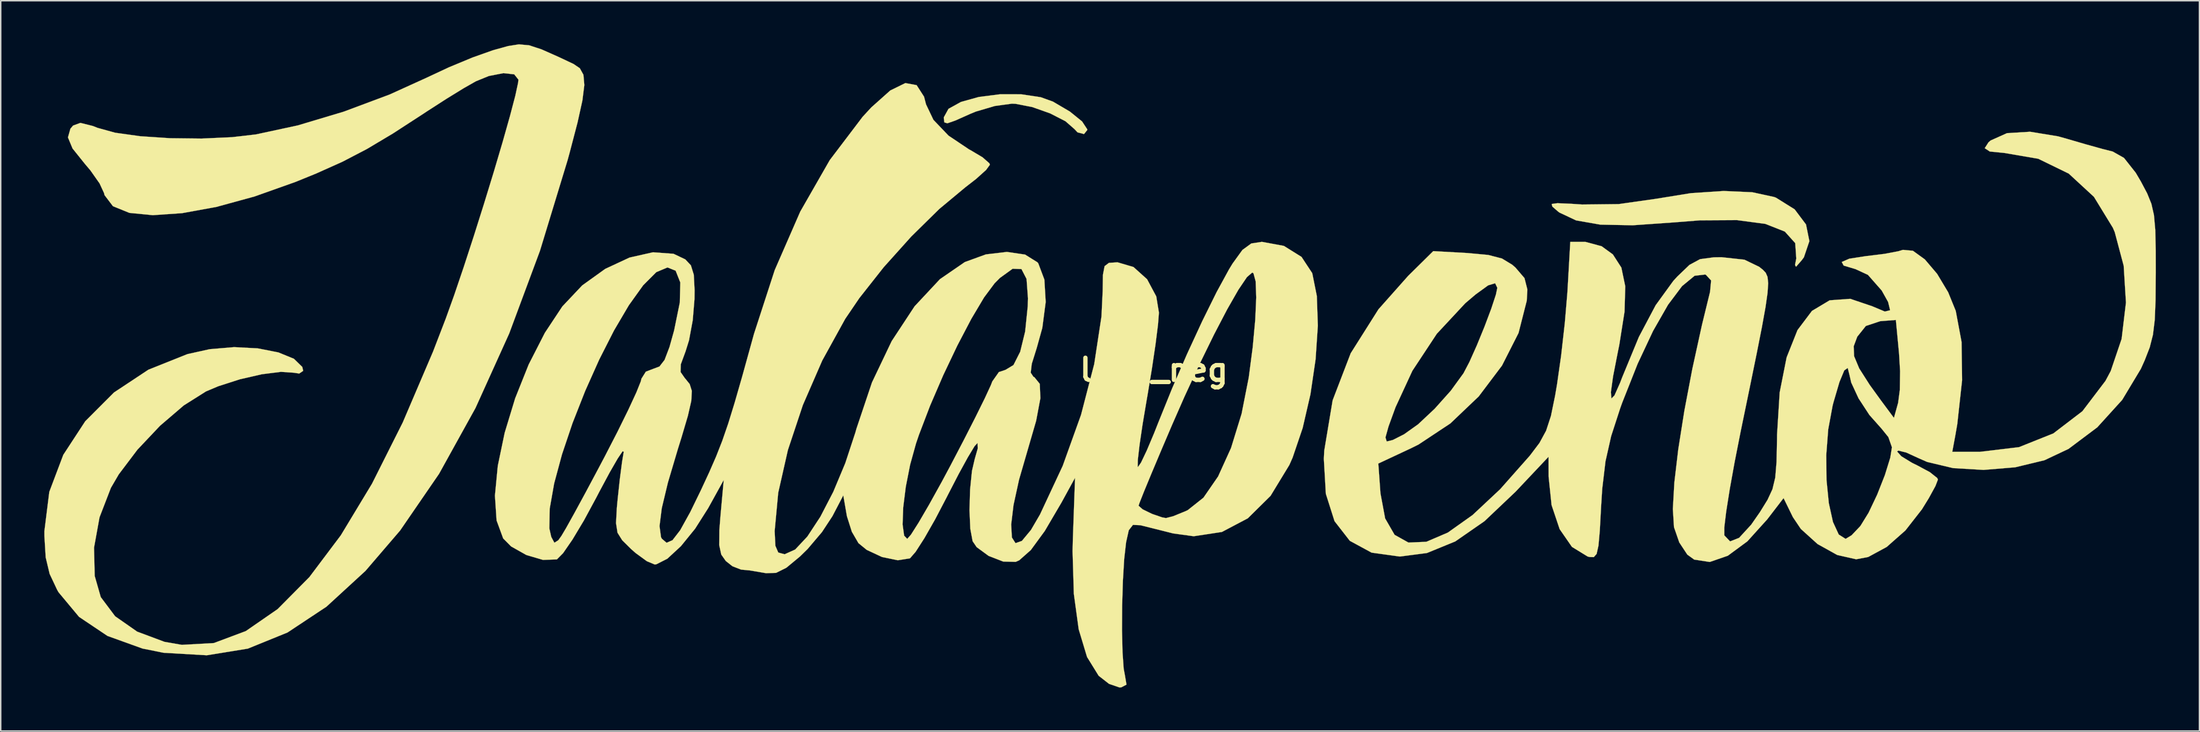
<source format=kicad_pcb>
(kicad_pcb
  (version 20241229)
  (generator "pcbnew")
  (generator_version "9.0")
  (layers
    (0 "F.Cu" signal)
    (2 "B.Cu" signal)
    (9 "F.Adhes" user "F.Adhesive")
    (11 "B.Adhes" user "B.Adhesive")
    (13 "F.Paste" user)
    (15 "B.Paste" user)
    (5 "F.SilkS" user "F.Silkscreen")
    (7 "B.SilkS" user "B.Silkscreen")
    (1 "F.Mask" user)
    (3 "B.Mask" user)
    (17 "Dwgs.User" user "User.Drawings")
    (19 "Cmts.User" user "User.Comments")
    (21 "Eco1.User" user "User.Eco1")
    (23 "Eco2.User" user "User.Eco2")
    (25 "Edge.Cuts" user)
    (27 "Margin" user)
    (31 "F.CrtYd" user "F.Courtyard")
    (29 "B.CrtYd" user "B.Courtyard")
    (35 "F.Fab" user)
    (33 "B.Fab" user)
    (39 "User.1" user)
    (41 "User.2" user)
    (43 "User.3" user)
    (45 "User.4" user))
  (footprint "logo_neg"
    (layer "F.Cu")
    (at 76.38 22.428)
    (property "Reference" "logo_neg" (at 0 0 0) (layer "F.SilkS") (effects (font (size 1.524 1.524) (thickness 0.3))))
    (attr through_hole)
    (fp_poly (pts (xy -7.789 -18.781) (xy -6.95 -18.478) (xy -5.784 -17.792) (xy -4.946 -17.113) (xy -4.589 -16.569) (xy -4.586 -16.526) (xy -4.812 -16.244) (xy -5.257 -16.359) (xy -5.471 -16.586) (xy -6.089 -17.126) (xy -7.143 -17.667) (xy -8.373 -18.103) (xy -9.519 -18.326) (xy -9.776 -18.337) (xy -10.949 -18.178) (xy -12.263 -17.791) (xy -12.65 -17.631) (xy -13.677 -17.173) (xy -14.218 -16.985) (xy -14.428 -17.048) (xy -14.464 -17.341) (xy -14.464 -17.397) (xy -14.141 -17.982) (xy -13.283 -18.457) (xy -12.054 -18.799) (xy -10.619 -18.982) (xy -9.142 -18.984) (xy -7.789 -18.781)) (stroke (width 0.01) (type solid)) (fill yes) (layer "F.SilkS"))
    (fp_poly (pts (xy 41.188 -12.235) (xy 42.692 -11.909) (xy 42.828 -11.855) (xy 44.103 -11.058) (xy 44.886 -10.016) (xy 45.117 -8.868) (xy 44.74 -7.754) (xy 44.6 -7.564) (xy 44.199 -7.103) (xy 44.128 -7.226) (xy 44.215 -7.674) (xy 44.142 -8.731) (xy 43.428 -9.526) (xy 42.087 -10.056) (xy 40.134 -10.315) (xy 37.586 -10.3) (xy 35.807 -10.16) (xy 32.96 -9.96) (xy 30.728 -10.004) (xy 29.059 -10.296) (xy 27.905 -10.84) (xy 27.809 -10.914) (xy 27.424 -11.248) (xy 27.379 -11.428) (xy 27.777 -11.482) (xy 28.721 -11.441) (xy 29.47 -11.391) (xy 31.987 -11.419) (xy 34.572 -11.786) (xy 36.952 -12.172) (xy 39.216 -12.323) (xy 41.188 -12.235)) (stroke (width 0.01) (type solid)) (fill yes) (layer "F.SilkS"))
    (fp_poly (pts (xy -43.009 -22.358) (xy -42.155 -22.078) (xy -40.967 -21.55) (xy -39.952 -21.071) (xy -39.519 -20.778) (xy -39.269 -20.326) (xy -39.208 -19.618) (xy -39.341 -18.555) (xy -39.676 -17.039) (xy -40.217 -14.97) (xy -40.363 -14.436) (xy -42.262 -8.203) (xy -44.38 -2.504) (xy -46.701 2.629) (xy -49.209 7.162) (xy -51.888 11.065) (xy -54.274 13.847) (xy -56.958 16.312) (xy -59.639 18.09) (xy -62.369 19.201) (xy -65.197 19.66) (xy -68.175 19.487) (xy -69.619 19.197) (xy -72.034 18.326) (xy -73.988 17.014) (xy -75.401 15.318) (xy -75.494 15.156) (xy -76.014 14.052) (xy -76.285 12.915) (xy -76.374 11.441) (xy -76.375 11.113) (xy -76.037 8.404) (xy -75.073 5.852) (xy -73.563 3.541) (xy -71.584 1.558) (xy -69.213 -0.013) (xy -66.527 -1.086) (xy -64.994 -1.425) (xy -63.314 -1.567) (xy -61.691 -1.482) (xy -60.27 -1.203) (xy -59.199 -0.765) (xy -58.621 -0.2) (xy -58.561 0.067) (xy -58.833 0.253) (xy -59.202 0.197) (xy -60.092 0.136) (xy -61.407 0.302) (xy -62.921 0.649) (xy -64.41 1.129) (xy -65.252 1.485) (xy -66.777 2.446) (xy -68.414 3.849) (xy -69.97 5.497) (xy -71.254 7.197) (xy -71.796 8.126) (xy -72.579 10.156) (xy -72.957 12.247) (xy -72.911 14.195) (xy -72.494 15.653) (xy -71.504 16.973) (xy -69.989 18.031) (xy -68.108 18.734) (xy -66.91 18.942) (xy -64.711 18.818) (xy -62.511 17.994) (xy -60.318 16.478) (xy -58.136 14.276) (xy -55.97 11.396) (xy -53.825 7.843) (xy -51.708 3.625) (xy -49.624 -1.253) (xy -48.748 -3.528) (xy -48.166 -5.149) (xy -47.508 -7.09) (xy -46.81 -9.234) (xy -46.107 -11.463) (xy -45.434 -13.66) (xy -44.828 -15.709) (xy -44.325 -17.491) (xy -43.958 -18.889) (xy -43.765 -19.787) (xy -43.744 -19.992) (xy -44.034 -20.358) (xy -44.777 -20.439) (xy -45.783 -20.243) (xy -46.672 -19.88) (xy -47.506 -19.406) (xy -48.694 -18.675) (xy -50.006 -17.83) (xy -50.271 -17.655) (xy -52.387 -16.281) (xy -54.172 -15.216) (xy -55.857 -14.338) (xy -57.67 -13.525) (xy -59.09 -12.947) (xy -61.91 -11.944) (xy -64.534 -11.225) (xy -66.893 -10.795) (xy -68.913 -10.656) (xy -70.524 -10.814) (xy -71.655 -11.273) (xy -72.234 -12.036) (xy -72.269 -12.18) (xy -72.576 -12.843) (xy -73.205 -13.738) (xy -73.595 -14.2) (xy -74.437 -15.251) (xy -74.753 -16.012) (xy -74.583 -16.614) (xy -74.399 -16.829) (xy -73.896 -17.013) (xy -73.033 -16.798) (xy -72.723 -16.673) (xy -71.503 -16.335) (xy -69.775 -16.094) (xy -67.729 -15.958) (xy -65.559 -15.933) (xy -63.455 -16.029) (xy -61.818 -16.218) (xy -58.929 -16.84) (xy -55.762 -17.789) (xy -52.609 -18.968) (xy -50.071 -20.121) (xy -48.516 -20.848) (xy -46.895 -21.521) (xy -45.533 -22.004) (xy -45.408 -22.042) (xy -44.45 -22.307) (xy -43.712 -22.423) (xy -43.009 -22.358)) (stroke (width 0.01) (type solid)) (fill yes) (layer "F.SilkS"))
    (fp_poly (pts (xy 62.234 -16.087) (xy 62.794 -15.931) (xy 64.12 -15.544) (xy 65.298 -15.216) (xy 65.997 -15.039) (xy 66.774 -14.599) (xy 67.58 -13.58) (xy 67.937 -12.973) (xy 68.368 -12.158) (xy 68.658 -11.445) (xy 68.835 -10.666) (xy 68.926 -9.651) (xy 68.959 -8.233) (xy 68.961 -6.703) (xy 68.946 -4.814) (xy 68.891 -3.448) (xy 68.767 -2.422) (xy 68.546 -1.554) (xy 68.2 -0.662) (xy 67.936 -0.074) (xy 66.65 2.067) (xy 64.932 3.96) (xy 62.955 5.443) (xy 61.299 6.225) (xy 59.282 6.711) (xy 57.107 6.891) (xy 55.01 6.767) (xy 53.225 6.343) (xy 52.652 6.091) (xy 51.789 5.696) (xy 51.247 5.56) (xy 51.153 5.621) (xy 51.444 5.949) (xy 52.177 6.4) (xy 52.555 6.586) (xy 53.41 7.046) (xy 53.912 7.444) (xy 53.966 7.554) (xy 53.793 8.005) (xy 53.337 8.838) (xy 52.866 9.604) (xy 51.726 11.063) (xy 50.441 12.197) (xy 49.166 12.89) (xy 48.337 13.047) (xy 47.035 12.752) (xy 45.68 11.998) (xy 44.529 10.957) (xy 43.983 10.146) (xy 43.34 8.833) (xy 42.219 10.293) (xy 40.848 11.812) (xy 39.503 12.803) (xy 38.259 13.233) (xy 37.19 13.069) (xy 36.714 12.725) (xy 36.161 11.887) (xy 35.798 10.837) (xy 35.797 10.83) (xy 35.719 9.581) (xy 35.822 7.762) (xy 36.091 5.477) (xy 36.508 2.835) (xy 37.058 -0.06) (xy 37.724 -3.1) (xy 38.28 -5.377) (xy 38.353 -6.158) (xy 37.997 -6.545) (xy 37.943 -6.568) (xy 37.217 -6.483) (xy 36.353 -5.77) (xy 35.388 -4.484) (xy 34.357 -2.681) (xy 33.295 -0.418) (xy 32.237 2.251) (xy 32.095 2.646) (xy 31.473 4.563) (xy 31.083 6.294) (xy 30.858 8.187) (xy 30.779 9.446) (xy 30.691 11.07) (xy 30.599 12.108) (xy 30.472 12.678) (xy 30.277 12.899) (xy 29.983 12.89) (xy 29.851 12.855) (xy 28.773 12.194) (xy 27.927 10.972) (xy 27.371 9.315) (xy 27.166 7.344) (xy 27.166 7.314) (xy 27.164 5.984) (xy 24.892 8.393) (xy 22.753 10.423) (xy 20.743 11.817) (xy 18.791 12.616) (xy 16.927 12.859) (xy 14.983 12.59) (xy 13.483 11.775) (xy 12.431 10.422) (xy 11.833 8.538) (xy 11.695 6.131) (xy 11.724 5.56) (xy 11.875 4.653) (xy 15.937 4.653) (xy 16.024 4.933) (xy 16.441 4.831) (xy 17.215 4.439) (xy 18.182 3.751) (xy 19.324 2.679) (xy 20.436 1.434) (xy 21.306 0.237) (xy 21.716 -0.546) (xy 22.225 -1.685) (xy 22.753 -2.975) (xy 23.217 -4.209) (xy 23.538 -5.183) (xy 23.636 -5.652) (xy 23.488 -5.967) (xy 23.006 -5.822) (xy 22.139 -5.193) (xy 21.427 -4.587) (xy 19.473 -2.488) (xy 17.79 0.063) (xy 16.631 2.571) (xy 16.148 3.897) (xy 15.937 4.653) (xy 11.875 4.653) (xy 12.301 2.096) (xy 13.544 -1.145) (xy 15.455 -4.172) (xy 17.496 -6.471) (xy 19.226 -8.18) (xy 21.59 -8.048) (xy 23.009 -7.917) (xy 23.957 -7.671) (xy 24.669 -7.237) (xy 24.887 -7.045) (xy 25.507 -6.321) (xy 25.706 -5.535) (xy 25.663 -4.763) (xy 25.097 -2.539) (xy 23.958 -0.294) (xy 22.356 1.83) (xy 20.405 3.689) (xy 18.215 5.141) (xy 17.707 5.394) (xy 15.445 6.453) (xy 15.593 8.505) (xy 15.915 10.234) (xy 16.566 11.363) (xy 17.521 11.896) (xy 18.752 11.842) (xy 20.232 11.207) (xy 21.934 9.998) (xy 23.831 8.221) (xy 25.874 5.911) (xy 26.538 5.033) (xy 26.994 4.194) (xy 27.327 3.177) (xy 27.616 1.768) (xy 27.747 0.995) (xy 28.03 -0.991) (xy 28.282 -3.226) (xy 28.455 -5.274) (xy 28.473 -5.556) (xy 28.659 -8.819) (xy 29.691 -8.819) (xy 30.816 -8.516) (xy 31.59 -7.954) (xy 32.176 -7.044) (xy 32.443 -5.757) (xy 32.394 -4.01) (xy 32.033 -1.725) (xy 31.933 -1.235) (xy 31.602 0.46) (xy 31.454 1.534) (xy 31.488 1.973) (xy 31.7 1.762) (xy 32.089 0.886) (xy 32.225 0.529) (xy 33.38 -2.268) (xy 34.536 -4.454) (xy 35.745 -6.121) (xy 36.017 -6.42) (xy 36.86 -7.23) (xy 37.594 -7.627) (xy 38.543 -7.754) (xy 39.065 -7.761) (xy 40.645 -7.59) (xy 41.663 -7.098) (xy 41.919 -6.893) (xy 42.113 -6.687) (xy 42.237 -6.404) (xy 42.281 -5.966) (xy 42.237 -5.299) (xy 42.098 -4.324) (xy 41.853 -2.966) (xy 41.494 -1.147) (xy 41.013 1.208) (xy 40.401 4.176) (xy 40.384 4.259) (xy 39.972 6.348) (xy 39.634 8.224) (xy 39.39 9.77) (xy 39.258 10.866) (xy 39.258 11.393) (xy 39.259 11.396) (xy 39.66 11.816) (xy 40.279 11.571) (xy 41.108 10.668) (xy 41.715 9.795) (xy 42.239 8.946) (xy 42.575 8.221) (xy 42.767 7.422) (xy 42.856 6.352) (xy 42.867 5.853) (xy 46.279 5.853) (xy 46.297 7.594) (xy 46.455 9.181) (xy 46.74 10.477) (xy 47.139 11.343) (xy 47.612 11.642) (xy 48.026 11.39) (xy 48.604 10.78) (xy 48.643 10.73) (xy 49.192 9.84) (xy 49.783 8.595) (xy 50.314 7.247) (xy 50.685 6.048) (xy 50.8 5.333) (xy 50.553 4.629) (xy 50.083 4.047) (xy 49.249 3.108) (xy 48.5 1.96) (xy 47.997 0.874) (xy 47.882 0.37) (xy 47.757 -0.13) (xy 47.52 0.034) (xy 47.188 0.833) (xy 46.776 2.236) (xy 46.717 2.464) (xy 46.414 4.097) (xy 46.279 5.853) (xy 42.867 5.853) (xy 42.889 4.811) (xy 42.892 4.453) (xy 43.073 1.55) (xy 43.55 -0.859) (xy 43.855 -1.624) (xy 48.167 -1.624) (xy 48.195 -0.943) (xy 48.546 -0.102) (xy 49.272 1.037) (xy 50.037 2.095) (xy 50.937 3.308) (xy 51.225 2.271) (xy 51.343 1.373) (xy 51.36 0.081) (xy 51.291 -1.102) (xy 51.07 -3.439) (xy 50 -3.355) (xy 49.005 -3.025) (xy 48.412 -2.283) (xy 48.167 -1.624) (xy 43.855 -1.624) (xy 44.299 -2.741) (xy 45.294 -4.062) (xy 46.513 -4.791) (xy 47.93 -4.895) (xy 49.439 -4.384) (xy 50.313 -4.017) (xy 50.674 -4.107) (xy 50.536 -4.678) (xy 50.096 -5.466) (xy 49.147 -6.545) (xy 48.292 -6.94) (xy 47.477 -7.184) (xy 47.344 -7.432) (xy 47.867 -7.659) (xy 49.023 -7.838) (xy 49.124 -7.848) (xy 50.298 -7.993) (xy 51.24 -8.172) (xy 51.558 -8.268) (xy 52.243 -8.205) (xy 53.064 -7.611) (xy 53.91 -6.615) (xy 54.67 -5.346) (xy 55.192 -4.064) (xy 55.593 -1.922) (xy 55.629 0.713) (xy 55.298 3.734) (xy 55.166 4.498) (xy 54.953 5.644) (xy 56.871 5.644) (xy 59.545 5.323) (xy 61.909 4.379) (xy 63.911 2.847) (xy 65.497 0.759) (xy 65.86 0.079) (xy 66.61 -2.135) (xy 66.908 -4.637) (xy 66.752 -7.172) (xy 66.138 -9.481) (xy 66.008 -9.787) (xy 64.704 -11.919) (xy 62.97 -13.519) (xy 60.871 -14.542) (xy 58.534 -14.942) (xy 57.535 -15.041) (xy 57.187 -15.27) (xy 57.443 -15.671) (xy 57.591 -15.8) (xy 58.719 -16.306) (xy 60.306 -16.403) (xy 62.234 -16.087)) (stroke (width 0.01) (type solid)) (fill yes) (layer "F.SilkS"))
    (fp_poly (pts (xy -16.335 -19.613) (xy -15.823 -18.816) (xy -15.688 -18.291) (xy -15.179 -17.223) (xy -14.141 -16.136) (xy -12.729 -15.189) (xy -12.612 -15.128) (xy -11.794 -14.64) (xy -11.329 -14.231) (xy -11.289 -14.134) (xy -11.552 -13.773) (xy -12.236 -13.157) (xy -12.999 -12.563) (xy -14.777 -11.082) (xy -16.706 -9.183) (xy -18.602 -7.07) (xy -20.278 -4.944) (xy -21.25 -3.513) (xy -22.831 -0.645) (xy -24.166 2.426) (xy -25.196 5.522) (xy -25.862 8.464) (xy -26.105 11.076) (xy -26.106 11.136) (xy -26.057 12.121) (xy -25.857 12.583) (xy -25.43 12.7) (xy -25.417 12.7) (xy -24.696 12.377) (xy -23.856 11.48) (xy -22.961 10.117) (xy -22.07 8.396) (xy -21.246 6.425) (xy -20.551 4.313) (xy -20.481 4.062) (xy -19.408 0.864) (xy -18.053 -1.979) (xy -16.474 -4.38) (xy -14.729 -6.249) (xy -13.018 -7.426) (xy -11.567 -7.954) (xy -10.119 -8.125) (xy -8.871 -7.942) (xy -8.019 -7.41) (xy -7.958 -7.33) (xy -7.541 -6.22) (xy -7.45 -4.677) (xy -7.683 -2.893) (xy -8.066 -1.514) (xy -8.409 -0.416) (xy -8.481 0.194) (xy -8.296 0.474) (xy -8.231 0.503) (xy -7.858 0.963) (xy -7.816 1.952) (xy -8.106 3.501) (xy -8.677 5.468) (xy -9.285 7.564) (xy -9.665 9.308) (xy -9.826 10.651) (xy -9.778 11.544) (xy -9.529 11.937) (xy -9.089 11.781) (xy -8.466 11.029) (xy -7.845 9.966) (xy -6.28 6.613) (xy -5.018 3.096) (xy -4.111 -0.397) (xy -3.611 -3.679) (xy -3.528 -5.435) (xy -3.51 -6.556) (xy -3.397 -7.144) (xy -3.099 -7.371) (xy -2.527 -7.408) (xy -2.501 -7.408) (xy -1.408 -7.086) (xy -0.47 -6.242) (xy 0.161 -5.06) (xy 0.344 -3.942) (xy 0.279 -3.107) (xy 0.109 -1.757) (xy -0.142 -0.068) (xy -0.448 1.781) (xy -0.492 2.028) (xy -0.779 3.737) (xy -0.99 5.165) (xy -1.108 6.184) (xy -1.118 6.67) (xy -1.1 6.694) (xy -0.887 6.383) (xy -0.494 5.557) (xy 0.011 4.361) (xy 0.309 3.607) (xy 1.247 1.288) (xy 2.279 -1.091) (xy 3.329 -3.364) (xy 4.318 -5.364) (xy 5.169 -6.924) (xy 5.41 -7.32) (xy 6.09 -8.261) (xy 6.702 -8.708) (xy 7.43 -8.819) (xy 8.942 -8.541) (xy 10.158 -7.783) (xy 10.898 -6.661) (xy 11.213 -5.087) (xy 11.283 -3.047) (xy 11.128 -0.728) (xy 10.773 1.684) (xy 10.238 4.003) (xy 9.547 6.041) (xy 9.321 6.552) (xy 8.029 8.676) (xy 6.462 10.225) (xy 4.68 11.165) (xy 2.74 11.46) (xy 1.33 11.268) (xy 0.206 10.985) (xy -0.743 10.748) (xy -0.933 10.701) (xy -1.444 10.678) (xy -1.731 11.046) (xy -1.916 11.872) (xy -2.046 13.02) (xy -2.137 14.537) (xy -2.188 16.239) (xy -2.197 17.938) (xy -2.162 19.448) (xy -2.082 20.583) (xy -1.99 21.078) (xy -1.889 21.681) (xy -2.248 21.868) (xy -2.384 21.872) (xy -3.092 21.628) (xy -3.806 21.07) (xy -4.605 19.777) (xy -5.179 17.874) (xy -5.514 15.424) (xy -5.601 12.488) (xy -5.578 11.574) (xy -5.499 9.359) (xy -1.058 9.359) (xy -0.773 9.608) (xy -0.127 9.922) (xy 0.568 10.161) (xy 0.829 10.208) (xy 1.318 10.083) (xy 2.144 9.747) (xy 2.329 9.661) (xy 3.408 8.804) (xy 4.416 7.343) (xy 5.307 5.381) (xy 6.035 3.019) (xy 6.526 0.529) (xy 6.8 -1.568) (xy 6.973 -3.443) (xy 7.042 -4.989) (xy 7.002 -6.096) (xy 6.851 -6.656) (xy 6.766 -6.703) (xy 6.404 -6.392) (xy 5.814 -5.519) (xy 5.043 -4.171) (xy 4.137 -2.435) (xy 3.141 -0.399) (xy 2.101 1.849) (xy 1.248 3.792) (xy 0.48 5.593) (xy -0.18 7.162) (xy -0.685 8.385) (xy -0.989 9.152) (xy -1.058 9.359) (xy -5.499 9.359) (xy -5.43 7.432) (xy -6.366 9.143) (xy -7.513 11.097) (xy -8.474 12.411) (xy -9.272 13.117) (xy -9.517 13.226) (xy -10.374 13.205) (xy -11.378 12.815) (xy -12.202 12.212) (xy -12.481 11.802) (xy -12.64 10.945) (xy -12.696 9.668) (xy -12.655 8.248) (xy -12.526 6.963) (xy -12.337 6.148) (xy -12.127 5.412) (xy -12.139 5.029) (xy -12.35 5.261) (xy -12.804 6.012) (xy -13.438 7.169) (xy -14.186 8.617) (xy -14.258 8.76) (xy -15.057 10.289) (xy -15.8 11.593) (xy -16.405 12.535) (xy -16.79 12.979) (xy -16.796 12.983) (xy -17.628 13.115) (xy -18.717 12.891) (xy -19.773 12.398) (xy -20.339 11.935) (xy -20.794 11.152) (xy -20.953 10.648) (xy -17.301 10.648) (xy -17.195 11.418) (xy -16.981 11.642) (xy -16.722 11.346) (xy -16.201 10.527) (xy -15.481 9.291) (xy -14.622 7.743) (xy -14.018 6.615) (xy -13.096 4.849) (xy -12.282 3.252) (xy -11.639 1.949) (xy -11.231 1.066) (xy -11.125 0.794) (xy -10.673 0.151) (xy -10.22 0) (xy -9.669 -0.332) (xy -9.205 -1.251) (xy -8.865 -2.64) (xy -8.686 -4.381) (xy -8.67 -4.93) (xy -8.769 -6.266) (xy -9.119 -6.944) (xy -9.727 -6.965) (xy -10.6 -6.335) (xy -10.97 -5.961) (xy -11.691 -4.993) (xy -12.57 -3.514) (xy -13.533 -1.674) (xy -14.505 0.371) (xy -15.409 2.469) (xy -16.172 4.467) (xy -16.376 5.067) (xy -16.782 6.532) (xy -17.081 8.052) (xy -17.258 9.475) (xy -17.301 10.648) (xy -20.953 10.648) (xy -21.129 10.096) (xy -21.154 9.965) (xy -21.382 8.643) (xy -22.131 10.078) (xy -22.851 11.174) (xy -23.837 12.337) (xy -24.357 12.848) (xy -25.303 13.631) (xy -26.009 13.983) (xy -26.701 14.005) (xy -26.896 13.971) (xy -27.807 13.817) (xy -28.418 13.758) (xy -29.012 13.528) (xy -29.471 13.165) (xy -29.783 12.721) (xy -29.923 12.076) (xy -29.914 11.043) (xy -29.838 10.078) (xy -29.612 7.585) (xy -30.684 9.525) (xy -31.581 10.939) (xy -32.56 12.144) (xy -33.494 13.008) (xy -34.258 13.396) (xy -34.364 13.406) (xy -34.904 13.18) (xy -35.683 12.612) (xy -35.996 12.336) (xy -36.6 11.737) (xy -36.924 11.219) (xy -37.027 10.554) (xy -36.971 9.513) (xy -36.913 8.896) (xy -36.766 7.533) (xy -36.611 6.337) (xy -36.495 5.644) (xy -36.571 5.603) (xy -36.911 6.107) (xy -37.466 7.07) (xy -38.182 8.406) (xy -38.384 8.796) (xy -39.237 10.374) (xy -40.025 11.69) (xy -40.668 12.622) (xy -41.089 13.049) (xy -41.107 13.056) (xy -42.053 13.09) (xy -43.202 12.752) (xy -44.249 12.161) (xy -44.795 11.609) (xy -45.048 10.92) (xy -41.617 10.92) (xy -41.486 11.504) (xy -41.269 11.908) (xy -41.002 11.739) (xy -40.786 11.438) (xy -40.464 10.896) (xy -39.886 9.857) (xy -39.121 8.448) (xy -38.241 6.798) (xy -37.8 5.963) (xy -36.924 4.261) (xy -36.18 2.75) (xy -35.626 1.552) (xy -35.32 0.789) (xy -35.278 0.608) (xy -34.976 0.125) (xy -34.484 -0.064) (xy -34.036 -0.232) (xy -33.684 -0.687) (xy -33.347 -1.573) (xy -33.029 -2.711) (xy -32.636 -4.639) (xy -32.602 -6.02) (xy -32.923 -6.831) (xy -33.484 -7.056) (xy -34.255 -6.731) (xy -35.156 -5.829) (xy -36.141 -4.454) (xy -37.166 -2.712) (xy -38.184 -0.708) (xy -39.15 1.453) (xy -40.02 3.665) (xy -40.746 5.823) (xy -41.285 7.822) (xy -41.591 9.556) (xy -41.617 10.92) (xy -45.048 10.92) (xy -45.249 10.372) (xy -45.362 8.664) (xy -45.165 6.609) (xy -44.691 4.334) (xy -43.971 1.964) (xy -43.038 -0.373) (xy -41.924 -2.553) (xy -40.723 -4.368) (xy -39.356 -5.817) (xy -37.769 -6.957) (xy -36.099 -7.735) (xy -34.486 -8.1) (xy -33.068 -7.996) (xy -32.258 -7.611) (xy -31.872 -7.199) (xy -31.674 -6.558) (xy -31.618 -5.493) (xy -31.626 -4.864) (xy -31.746 -3.417) (xy -32.002 -2.035) (xy -32.238 -1.279) (xy -32.568 -0.381) (xy -32.584 0.148) (xy -32.292 0.567) (xy -32.274 0.585) (xy -31.956 0.978) (xy -31.808 1.448) (xy -31.844 2.13) (xy -32.078 3.158) (xy -32.523 4.665) (xy -32.763 5.432) (xy -33.458 7.774) (xy -33.878 9.53) (xy -34.032 10.758) (xy -33.931 11.517) (xy -33.875 11.629) (xy -33.546 11.91) (xy -33.14 11.733) (xy -32.611 11.047) (xy -31.918 9.796) (xy -31.203 8.329) (xy -30.616 7.065) (xy -30.135 5.962) (xy -29.713 4.885) (xy -29.304 3.699) (xy -28.863 2.268) (xy -28.342 0.456) (xy -27.697 -1.873) (xy -27.534 -2.467) (xy -26.102 -6.875) (xy -24.346 -10.901) (xy -22.314 -14.45) (xy -20.053 -17.431) (xy -19.455 -18.08) (xy -18.15 -19.245) (xy -17.11 -19.756) (xy -16.335 -19.613)) (stroke (width 0.01) (type solid)) (fill yes) (layer "F.SilkS")))
  (gr_rect
    (start -3 -3)
    (end 148.346 47.305)
    (stroke (width 0.1) (type default))
    (fill no)
    (layer "Edge.Cuts")))
</source>
